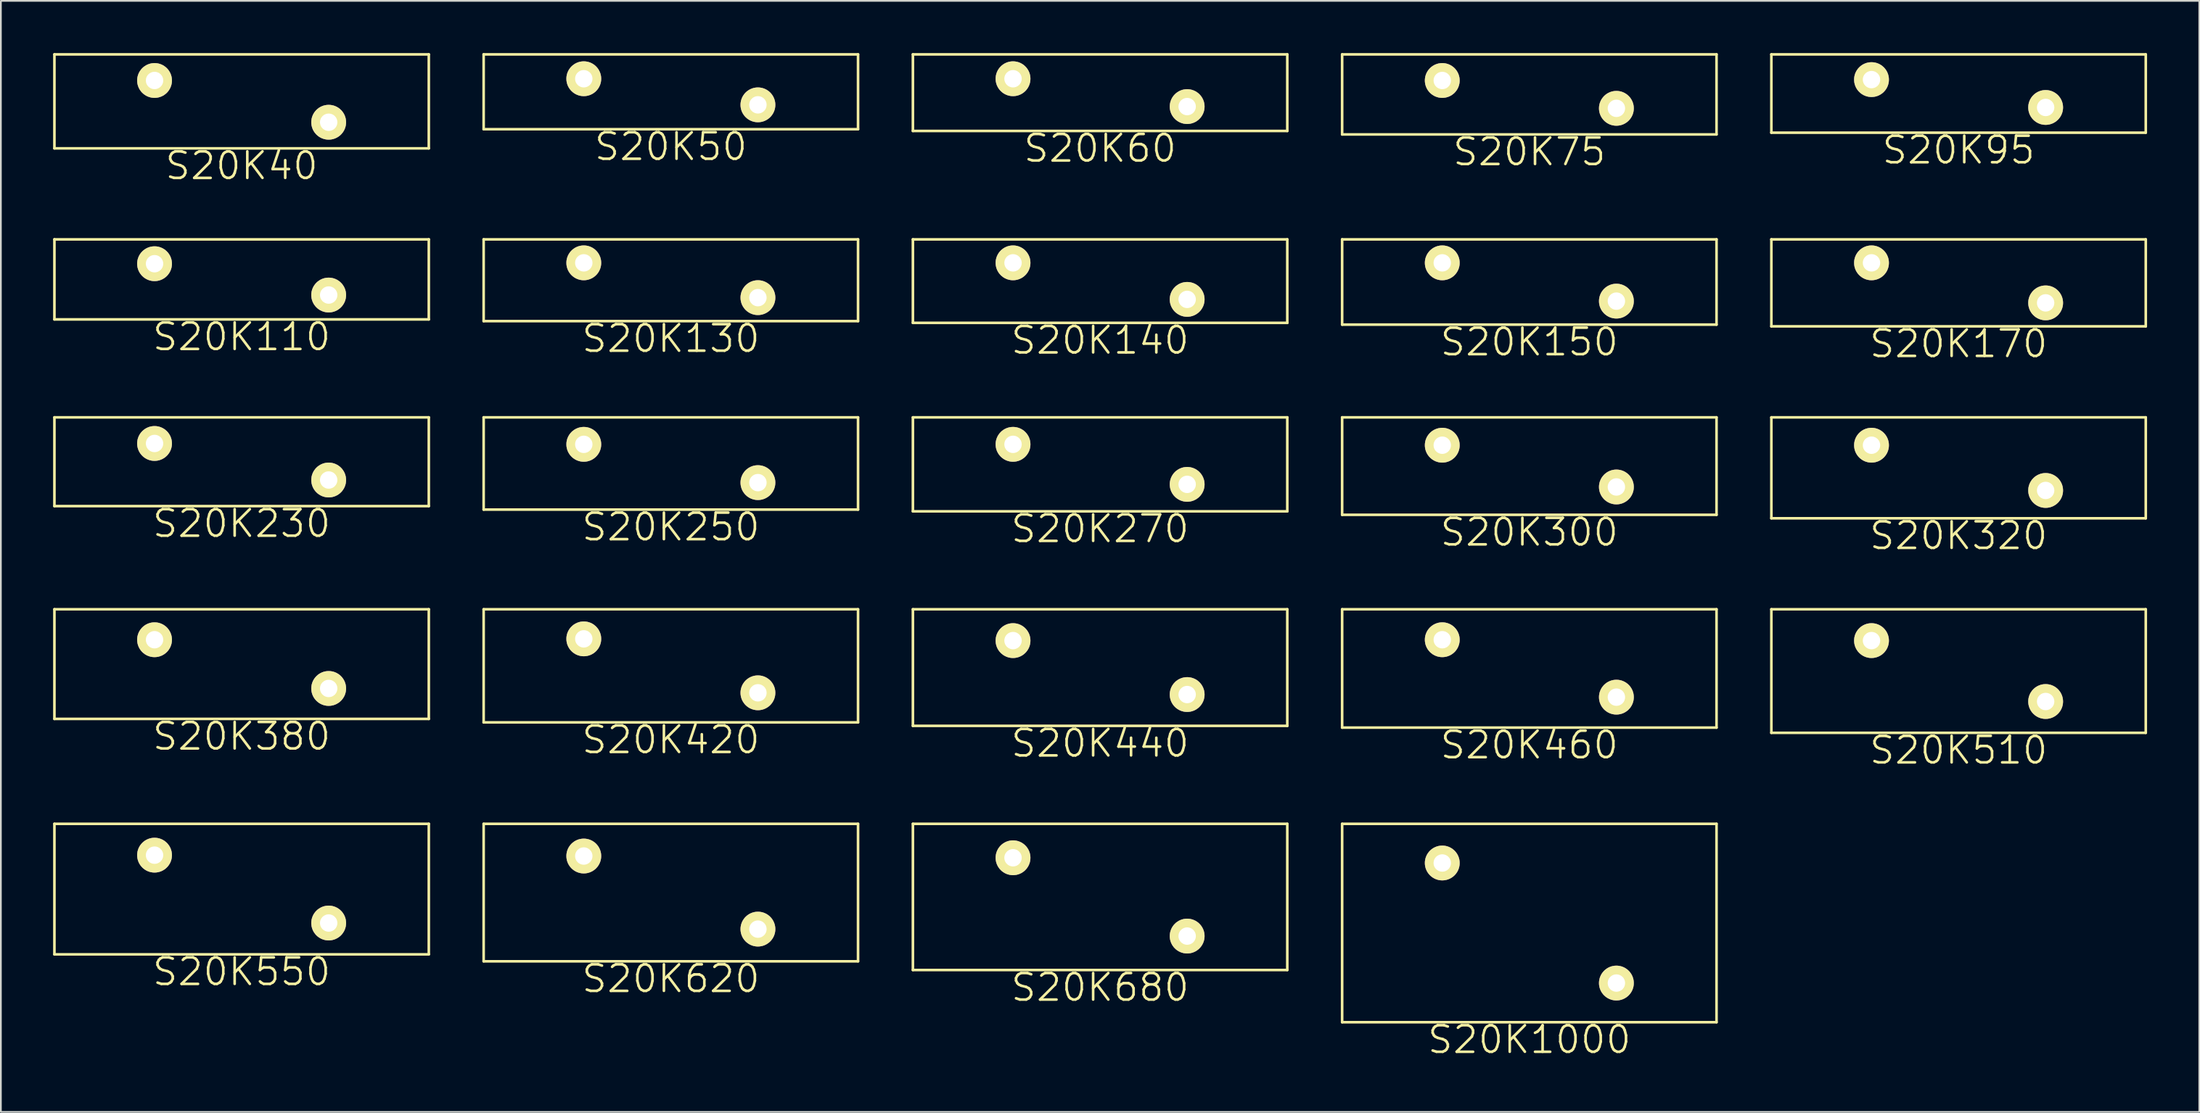
<source format=kicad_pcb>
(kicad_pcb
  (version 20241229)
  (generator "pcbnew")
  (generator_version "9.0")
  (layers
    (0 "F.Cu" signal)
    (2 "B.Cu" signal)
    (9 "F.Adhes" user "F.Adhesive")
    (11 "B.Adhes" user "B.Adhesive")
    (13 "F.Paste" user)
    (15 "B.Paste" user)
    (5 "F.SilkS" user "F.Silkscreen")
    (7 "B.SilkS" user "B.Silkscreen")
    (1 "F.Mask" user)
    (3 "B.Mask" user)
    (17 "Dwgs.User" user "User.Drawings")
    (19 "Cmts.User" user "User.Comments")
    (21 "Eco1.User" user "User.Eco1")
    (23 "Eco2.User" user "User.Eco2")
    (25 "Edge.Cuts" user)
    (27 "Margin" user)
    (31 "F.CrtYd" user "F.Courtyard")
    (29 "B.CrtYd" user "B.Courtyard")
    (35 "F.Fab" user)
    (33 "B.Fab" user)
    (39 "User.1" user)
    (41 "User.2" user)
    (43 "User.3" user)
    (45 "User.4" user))
  (footprint "S20K75"
    (layer "F.Cu")
    (at 79.775 1.575)
    (property "Reference" "S20K75" (at 5 4.1 0) (layer "F.SilkS") (effects (font (size 1.524 1.524) (thickness 0.15))))
    (attr through_hole)
    (fp_line (start -5.75 -1.5) (end -5.75 3.1) (stroke (width 0.15) (type solid)) (layer "F.SilkS"))
    (fp_line (start -5.75 -1.5) (end 15.75 -1.5) (stroke (width 0.15) (type solid)) (layer "F.SilkS"))
    (fp_line (start -5.75 3.1) (end 15.75 3.1) (stroke (width 0.15) (type solid)) (layer "F.SilkS"))
    (fp_line (start 15.75 -1.5) (end 15.75 3.1) (stroke (width 0.15) (type solid)) (layer "F.SilkS"))
    (pad "1" thru_hole circle (at 0 0) (size 2 2) (drill 1) (layers "*.Cu" "*.Mask" "F.SilkS"))
    (pad "2" thru_hole circle (at 10 1.6) (size 2 2) (drill 1) (layers "*.Cu" "*.Mask" "F.SilkS")))
  (footprint "S20K110"
    (layer "F.Cu")
    (at 5.825 12.105)
    (property "Reference" "S20K110" (at 5 4.2 0) (layer "F.SilkS") (effects (font (size 1.524 1.524) (thickness 0.15))))
    (attr through_hole)
    (fp_line (start -5.75 -1.4) (end -5.75 3.2) (stroke (width 0.15) (type solid)) (layer "F.SilkS"))
    (fp_line (start -5.75 -1.4) (end 15.75 -1.4) (stroke (width 0.15) (type solid)) (layer "F.SilkS"))
    (fp_line (start -5.75 3.2) (end 15.75 3.2) (stroke (width 0.15) (type solid)) (layer "F.SilkS"))
    (fp_line (start 15.75 -1.4) (end 15.75 3.2) (stroke (width 0.15) (type solid)) (layer "F.SilkS"))
    (pad "1" thru_hole circle (at 0 0) (size 2 2) (drill 1) (layers "*.Cu" "*.Mask" "F.SilkS"))
    (pad "2" thru_hole circle (at 10 1.8) (size 2 2) (drill 1) (layers "*.Cu" "*.Mask" "F.SilkS")))
  (footprint "S20K620"
    (layer "F.Cu")
    (at 30.475 46.144)
    (property "Reference" "S20K620" (at 5 7.05 0) (layer "F.SilkS") (effects (font (size 1.524 1.524) (thickness 0.15))))
    (attr through_hole)
    (fp_line (start -5.75 -1.85) (end -5.75 6.05) (stroke (width 0.15) (type solid)) (layer "F.SilkS"))
    (fp_line (start -5.75 -1.85) (end 15.75 -1.85) (stroke (width 0.15) (type solid)) (layer "F.SilkS"))
    (fp_line (start -5.75 6.05) (end 15.75 6.05) (stroke (width 0.15) (type solid)) (layer "F.SilkS"))
    (fp_line (start 15.75 -1.85) (end 15.75 6.05) (stroke (width 0.15) (type solid)) (layer "F.SilkS"))
    (pad "1" thru_hole circle (at 0 0) (size 2 2) (drill 1) (layers "*.Cu" "*.Mask" "F.SilkS"))
    (pad "2" thru_hole circle (at 10 4.2) (size 2 2) (drill 1) (layers "*.Cu" "*.Mask" "F.SilkS")))
  (footprint "S20K460"
    (layer "F.Cu")
    (at 79.775 33.714)
    (property "Reference" "S20K460" (at 5 6.05 0) (layer "F.SilkS") (effects (font (size 1.524 1.524) (thickness 0.15))))
    (attr through_hole)
    (fp_line (start -5.75 -1.75) (end -5.75 5.05) (stroke (width 0.15) (type solid)) (layer "F.SilkS"))
    (fp_line (start -5.75 -1.75) (end 15.75 -1.75) (stroke (width 0.15) (type solid)) (layer "F.SilkS"))
    (fp_line (start -5.75 5.05) (end 15.75 5.05) (stroke (width 0.15) (type solid)) (layer "F.SilkS"))
    (fp_line (start 15.75 -1.75) (end 15.75 5.05) (stroke (width 0.15) (type solid)) (layer "F.SilkS"))
    (pad "1" thru_hole circle (at 0 0) (size 2 2) (drill 1) (layers "*.Cu" "*.Mask" "F.SilkS"))
    (pad "2" thru_hole circle (at 10 3.3) (size 2 2) (drill 1) (layers "*.Cu" "*.Mask" "F.SilkS")))
  (footprint "S20K40"
    (layer "F.Cu")
    (at 5.825 1.575)
    (property "Reference" "S20K40" (at 5 4.9 0) (layer "F.SilkS") (effects (font (size 1.524 1.524) (thickness 0.15))))
    (attr through_hole)
    (fp_line (start -5.75 -1.5) (end -5.75 3.9) (stroke (width 0.15) (type solid)) (layer "F.SilkS"))
    (fp_line (start -5.75 -1.5) (end 15.75 -1.5) (stroke (width 0.15) (type solid)) (layer "F.SilkS"))
    (fp_line (start -5.75 3.9) (end 15.75 3.9) (stroke (width 0.15) (type solid)) (layer "F.SilkS"))
    (fp_line (start 15.75 -1.5) (end 15.75 3.9) (stroke (width 0.15) (type solid)) (layer "F.SilkS"))
    (pad "1" thru_hole circle (at 0 0) (size 2 2) (drill 1) (layers "*.Cu" "*.Mask" "F.SilkS"))
    (pad "2" thru_hole circle (at 10 2.4) (size 2 2) (drill 1) (layers "*.Cu" "*.Mask" "F.SilkS")))
  (footprint "S20K230"
    (layer "F.Cu")
    (at 5.825 22.435)
    (property "Reference" "S20K230" (at 5 4.6 0) (layer "F.SilkS") (effects (font (size 1.524 1.524) (thickness 0.15))))
    (attr through_hole)
    (fp_line (start -5.75 -1.5) (end -5.75 3.6) (stroke (width 0.15) (type solid)) (layer "F.SilkS"))
    (fp_line (start -5.75 -1.5) (end 15.75 -1.5) (stroke (width 0.15) (type solid)) (layer "F.SilkS"))
    (fp_line (start -5.75 3.6) (end 15.75 3.6) (stroke (width 0.15) (type solid)) (layer "F.SilkS"))
    (fp_line (start 15.75 -1.5) (end 15.75 3.6) (stroke (width 0.15) (type solid)) (layer "F.SilkS"))
    (pad "1" thru_hole circle (at 0 0) (size 2 2) (drill 1) (layers "*.Cu" "*.Mask" "F.SilkS"))
    (pad "2" thru_hole circle (at 10 2.1) (size 2 2) (drill 1) (layers "*.Cu" "*.Mask" "F.SilkS")))
  (footprint "S20K50"
    (layer "F.Cu")
    (at 30.475 1.475)
    (property "Reference" "S20K50" (at 5 3.9 0) (layer "F.SilkS") (effects (font (size 1.524 1.524) (thickness 0.15))))
    (attr through_hole)
    (fp_line (start -5.75 -1.4) (end -5.75 2.9) (stroke (width 0.15) (type solid)) (layer "F.SilkS"))
    (fp_line (start -5.75 -1.4) (end 15.75 -1.4) (stroke (width 0.15) (type solid)) (layer "F.SilkS"))
    (fp_line (start -5.75 2.9) (end 15.75 2.9) (stroke (width 0.15) (type solid)) (layer "F.SilkS"))
    (fp_line (start 15.75 -1.4) (end 15.75 2.9) (stroke (width 0.15) (type solid)) (layer "F.SilkS"))
    (pad "1" thru_hole circle (at 0 0) (size 2 2) (drill 1) (layers "*.Cu" "*.Mask" "F.SilkS"))
    (pad "2" thru_hole circle (at 10 1.5) (size 2 2) (drill 1) (layers "*.Cu" "*.Mask" "F.SilkS")))
  (footprint "S20K420"
    (layer "F.Cu")
    (at 30.475 33.664)
    (property "Reference" "S20K420" (at 5 5.8 0) (layer "F.SilkS") (effects (font (size 1.524 1.524) (thickness 0.15))))
    (attr through_hole)
    (fp_line (start -5.75 -1.7) (end -5.75 4.8) (stroke (width 0.15) (type solid)) (layer "F.SilkS"))
    (fp_line (start -5.75 -1.7) (end 15.75 -1.7) (stroke (width 0.15) (type solid)) (layer "F.SilkS"))
    (fp_line (start -5.75 4.8) (end 15.75 4.8) (stroke (width 0.15) (type solid)) (layer "F.SilkS"))
    (fp_line (start 15.75 -1.7) (end 15.75 4.8) (stroke (width 0.15) (type solid)) (layer "F.SilkS"))
    (pad "1" thru_hole circle (at 0 0) (size 2 2) (drill 1) (layers "*.Cu" "*.Mask" "F.SilkS"))
    (pad "2" thru_hole circle (at 10 3.1) (size 2 2) (drill 1) (layers "*.Cu" "*.Mask" "F.SilkS")))
  (footprint "S20K300"
    (layer "F.Cu")
    (at 79.775 22.535)
    (property "Reference" "S20K300" (at 5 5 0) (layer "F.SilkS") (effects (font (size 1.524 1.524) (thickness 0.15))))
    (attr through_hole)
    (fp_line (start -5.75 -1.6) (end -5.75 4) (stroke (width 0.15) (type solid)) (layer "F.SilkS"))
    (fp_line (start -5.75 -1.6) (end 15.75 -1.6) (stroke (width 0.15) (type solid)) (layer "F.SilkS"))
    (fp_line (start -5.75 4) (end 15.75 4) (stroke (width 0.15) (type solid)) (layer "F.SilkS"))
    (fp_line (start 15.75 -1.6) (end 15.75 4) (stroke (width 0.15) (type solid)) (layer "F.SilkS"))
    (pad "1" thru_hole circle (at 0 0) (size 2 2) (drill 1) (layers "*.Cu" "*.Mask" "F.SilkS"))
    (pad "2" thru_hole circle (at 10 2.4) (size 2 2) (drill 1) (layers "*.Cu" "*.Mask" "F.SilkS")))
  (footprint "S20K150"
    (layer "F.Cu")
    (at 79.775 12.055)
    (property "Reference" "S20K150" (at 5 4.55 0) (layer "F.SilkS") (effects (font (size 1.524 1.524) (thickness 0.15))))
    (attr through_hole)
    (fp_line (start -5.75 -1.35) (end -5.75 3.55) (stroke (width 0.15) (type solid)) (layer "F.SilkS"))
    (fp_line (start -5.75 -1.35) (end 15.75 -1.35) (stroke (width 0.15) (type solid)) (layer "F.SilkS"))
    (fp_line (start -5.75 3.55) (end 15.75 3.55) (stroke (width 0.15) (type solid)) (layer "F.SilkS"))
    (fp_line (start 15.75 -1.35) (end 15.75 3.55) (stroke (width 0.15) (type solid)) (layer "F.SilkS"))
    (pad "1" thru_hole circle (at 0 0) (size 2 2) (drill 1) (layers "*.Cu" "*.Mask" "F.SilkS"))
    (pad "2" thru_hole circle (at 10 2.2) (size 2 2) (drill 1) (layers "*.Cu" "*.Mask" "F.SilkS")))
  (footprint "S20K140"
    (layer "F.Cu")
    (at 55.125 12.055)
    (property "Reference" "S20K140" (at 5 4.45 0) (layer "F.SilkS") (effects (font (size 1.524 1.524) (thickness 0.15))))
    (attr through_hole)
    (fp_line (start -5.75 -1.35) (end -5.75 3.45) (stroke (width 0.15) (type solid)) (layer "F.SilkS"))
    (fp_line (start -5.75 -1.35) (end 15.75 -1.35) (stroke (width 0.15) (type solid)) (layer "F.SilkS"))
    (fp_line (start -5.75 3.45) (end 15.75 3.45) (stroke (width 0.15) (type solid)) (layer "F.SilkS"))
    (fp_line (start 15.75 -1.35) (end 15.75 3.45) (stroke (width 0.15) (type solid)) (layer "F.SilkS"))
    (pad "1" thru_hole circle (at 0 0) (size 2 2) (drill 1) (layers "*.Cu" "*.Mask" "F.SilkS"))
    (pad "2" thru_hole circle (at 10 2.1) (size 2 2) (drill 1) (layers "*.Cu" "*.Mask" "F.SilkS")))
  (footprint "S20K320"
    (layer "F.Cu")
    (at 104.425 22.535)
    (property "Reference" "S20K320" (at 5 5.2 0) (layer "F.SilkS") (effects (font (size 1.524 1.524) (thickness 0.15))))
    (attr through_hole)
    (fp_line (start -5.75 -1.6) (end -5.75 4.2) (stroke (width 0.15) (type solid)) (layer "F.SilkS"))
    (fp_line (start -5.75 -1.6) (end 15.75 -1.6) (stroke (width 0.15) (type solid)) (layer "F.SilkS"))
    (fp_line (start -5.75 4.2) (end 15.75 4.2) (stroke (width 0.15) (type solid)) (layer "F.SilkS"))
    (fp_line (start 15.75 -1.6) (end 15.75 4.2) (stroke (width 0.15) (type solid)) (layer "F.SilkS"))
    (pad "1" thru_hole circle (at 0 0) (size 2 2) (drill 1) (layers "*.Cu" "*.Mask" "F.SilkS"))
    (pad "2" thru_hole circle (at 10 2.6) (size 2 2) (drill 1) (layers "*.Cu" "*.Mask" "F.SilkS")))
  (footprint "S20K550"
    (layer "F.Cu")
    (at 5.825 46.094)
    (property "Reference" "S20K550" (at 5 6.7 0) (layer "F.SilkS") (effects (font (size 1.524 1.524) (thickness 0.15))))
    (attr through_hole)
    (fp_line (start -5.75 -1.8) (end -5.75 5.7) (stroke (width 0.15) (type solid)) (layer "F.SilkS"))
    (fp_line (start -5.75 -1.8) (end 15.75 -1.8) (stroke (width 0.15) (type solid)) (layer "F.SilkS"))
    (fp_line (start -5.75 5.7) (end 15.75 5.7) (stroke (width 0.15) (type solid)) (layer "F.SilkS"))
    (fp_line (start 15.75 -1.8) (end 15.75 5.7) (stroke (width 0.15) (type solid)) (layer "F.SilkS"))
    (pad "1" thru_hole circle (at 0 0) (size 2 2) (drill 1) (layers "*.Cu" "*.Mask" "F.SilkS"))
    (pad "2" thru_hole circle (at 10 3.9) (size 2 2) (drill 1) (layers "*.Cu" "*.Mask" "F.SilkS")))
  (footprint "S20K680"
    (layer "F.Cu")
    (at 55.125 46.244)
    (property "Reference" "S20K680" (at 5 7.45 0) (layer "F.SilkS") (effects (font (size 1.524 1.524) (thickness 0.15))))
    (attr through_hole)
    (fp_line (start -5.75 -1.95) (end -5.75 6.45) (stroke (width 0.15) (type solid)) (layer "F.SilkS"))
    (fp_line (start -5.75 -1.95) (end 15.75 -1.95) (stroke (width 0.15) (type solid)) (layer "F.SilkS"))
    (fp_line (start -5.75 6.45) (end 15.75 6.45) (stroke (width 0.15) (type solid)) (layer "F.SilkS"))
    (fp_line (start 15.75 -1.95) (end 15.75 6.45) (stroke (width 0.15) (type solid)) (layer "F.SilkS"))
    (pad "1" thru_hole circle (at 0 0) (size 2 2) (drill 1) (layers "*.Cu" "*.Mask" "F.SilkS"))
    (pad "2" thru_hole circle (at 10 4.5) (size 2 2) (drill 1) (layers "*.Cu" "*.Mask" "F.SilkS")))
  (footprint "S20K270"
    (layer "F.Cu")
    (at 55.125 22.485)
    (property "Reference" "S20K270" (at 5 4.85 0) (layer "F.SilkS") (effects (font (size 1.524 1.524) (thickness 0.15))))
    (attr through_hole)
    (fp_line (start -5.75 -1.55) (end -5.75 3.85) (stroke (width 0.15) (type solid)) (layer "F.SilkS"))
    (fp_line (start -5.75 -1.55) (end 15.75 -1.55) (stroke (width 0.15) (type solid)) (layer "F.SilkS"))
    (fp_line (start -5.75 3.85) (end 15.75 3.85) (stroke (width 0.15) (type solid)) (layer "F.SilkS"))
    (fp_line (start 15.75 -1.55) (end 15.75 3.85) (stroke (width 0.15) (type solid)) (layer "F.SilkS"))
    (pad "1" thru_hole circle (at 0 0) (size 2 2) (drill 1) (layers "*.Cu" "*.Mask" "F.SilkS"))
    (pad "2" thru_hole circle (at 10 2.3) (size 2 2) (drill 1) (layers "*.Cu" "*.Mask" "F.SilkS")))
  (footprint "S20K1000"
    (layer "F.Cu")
    (at 79.775 46.544)
    (property "Reference" "S20K1000" (at 5 10.15 0) (layer "F.SilkS") (effects (font (size 1.524 1.524) (thickness 0.15))))
    (attr through_hole)
    (fp_line (start -5.75 -2.25) (end -5.75 9.15) (stroke (width 0.15) (type solid)) (layer "F.SilkS"))
    (fp_line (start -5.75 -2.25) (end 15.75 -2.25) (stroke (width 0.15) (type solid)) (layer "F.SilkS"))
    (fp_line (start -5.75 9.15) (end 15.75 9.15) (stroke (width 0.15) (type solid)) (layer "F.SilkS"))
    (fp_line (start 15.75 -2.25) (end 15.75 9.15) (stroke (width 0.15) (type solid)) (layer "F.SilkS"))
    (pad "1" thru_hole circle (at 0 0) (size 2 2) (drill 1) (layers "*.Cu" "*.Mask" "F.SilkS"))
    (pad "2" thru_hole circle (at 10 6.9) (size 2 2) (drill 1) (layers "*.Cu" "*.Mask" "F.SilkS")))
  (footprint "S20K170"
    (layer "F.Cu")
    (at 104.425 12.055)
    (property "Reference" "S20K170" (at 5 4.65 0) (layer "F.SilkS") (effects (font (size 1.524 1.524) (thickness 0.15))))
    (attr through_hole)
    (fp_line (start -5.75 -1.35) (end -5.75 3.65) (stroke (width 0.15) (type solid)) (layer "F.SilkS"))
    (fp_line (start -5.75 -1.35) (end 15.75 -1.35) (stroke (width 0.15) (type solid)) (layer "F.SilkS"))
    (fp_line (start -5.75 3.65) (end 15.75 3.65) (stroke (width 0.15) (type solid)) (layer "F.SilkS"))
    (fp_line (start 15.75 -1.35) (end 15.75 3.65) (stroke (width 0.15) (type solid)) (layer "F.SilkS"))
    (pad "1" thru_hole circle (at 0 0) (size 2 2) (drill 1) (layers "*.Cu" "*.Mask" "F.SilkS"))
    (pad "2" thru_hole circle (at 10 2.3) (size 2 2) (drill 1) (layers "*.Cu" "*.Mask" "F.SilkS")))
  (footprint "S20K95"
    (layer "F.Cu")
    (at 104.425 1.525)
    (property "Reference" "S20K95" (at 5 4.05 0) (layer "F.SilkS") (effects (font (size 1.524 1.524) (thickness 0.15))))
    (attr through_hole)
    (fp_line (start -5.75 -1.45) (end -5.75 3.05) (stroke (width 0.15) (type solid)) (layer "F.SilkS"))
    (fp_line (start -5.75 -1.45) (end 15.75 -1.45) (stroke (width 0.15) (type solid)) (layer "F.SilkS"))
    (fp_line (start -5.75 3.05) (end 15.75 3.05) (stroke (width 0.15) (type solid)) (layer "F.SilkS"))
    (fp_line (start 15.75 -1.45) (end 15.75 3.05) (stroke (width 0.15) (type solid)) (layer "F.SilkS"))
    (pad "1" thru_hole circle (at 0 0) (size 2 2) (drill 1) (layers "*.Cu" "*.Mask" "F.SilkS"))
    (pad "2" thru_hole circle (at 10 1.6) (size 2 2) (drill 1) (layers "*.Cu" "*.Mask" "F.SilkS")))
  (footprint "S20K130"
    (layer "F.Cu")
    (at 30.475 12.055)
    (property "Reference" "S20K130" (at 5 4.35 0) (layer "F.SilkS") (effects (font (size 1.524 1.524) (thickness 0.15))))
    (attr through_hole)
    (fp_line (start -5.75 -1.35) (end -5.75 3.35) (stroke (width 0.15) (type solid)) (layer "F.SilkS"))
    (fp_line (start -5.75 -1.35) (end 15.75 -1.35) (stroke (width 0.15) (type solid)) (layer "F.SilkS"))
    (fp_line (start -5.75 3.35) (end 15.75 3.35) (stroke (width 0.15) (type solid)) (layer "F.SilkS"))
    (fp_line (start 15.75 -1.35) (end 15.75 3.35) (stroke (width 0.15) (type solid)) (layer "F.SilkS"))
    (pad "1" thru_hole circle (at 0 0) (size 2 2) (drill 1) (layers "*.Cu" "*.Mask" "F.SilkS"))
    (pad "2" thru_hole circle (at 10 2) (size 2 2) (drill 1) (layers "*.Cu" "*.Mask" "F.SilkS")))
  (footprint "S20K510"
    (layer "F.Cu")
    (at 104.425 33.764)
    (property "Reference" "S20K510" (at 5 6.3 0) (layer "F.SilkS") (effects (font (size 1.524 1.524) (thickness 0.15))))
    (attr through_hole)
    (fp_line (start -5.75 -1.8) (end -5.75 5.3) (stroke (width 0.15) (type solid)) (layer "F.SilkS"))
    (fp_line (start -5.75 -1.8) (end 15.75 -1.8) (stroke (width 0.15) (type solid)) (layer "F.SilkS"))
    (fp_line (start -5.75 5.3) (end 15.75 5.3) (stroke (width 0.15) (type solid)) (layer "F.SilkS"))
    (fp_line (start 15.75 -1.8) (end 15.75 5.3) (stroke (width 0.15) (type solid)) (layer "F.SilkS"))
    (pad "1" thru_hole circle (at 0 0) (size 2 2) (drill 1) (layers "*.Cu" "*.Mask" "F.SilkS"))
    (pad "2" thru_hole circle (at 10 3.5) (size 2 2) (drill 1) (layers "*.Cu" "*.Mask" "F.SilkS")))
  (footprint "S20K250"
    (layer "F.Cu")
    (at 30.475 22.485)
    (property "Reference" "S20K250" (at 5 4.75 0) (layer "F.SilkS") (effects (font (size 1.524 1.524) (thickness 0.15))))
    (attr through_hole)
    (fp_line (start -5.75 -1.55) (end -5.75 3.75) (stroke (width 0.15) (type solid)) (layer "F.SilkS"))
    (fp_line (start -5.75 -1.55) (end 15.75 -1.55) (stroke (width 0.15) (type solid)) (layer "F.SilkS"))
    (fp_line (start -5.75 3.75) (end 15.75 3.75) (stroke (width 0.15) (type solid)) (layer "F.SilkS"))
    (fp_line (start 15.75 -1.55) (end 15.75 3.75) (stroke (width 0.15) (type solid)) (layer "F.SilkS"))
    (pad "1" thru_hole circle (at 0 0) (size 2 2) (drill 1) (layers "*.Cu" "*.Mask" "F.SilkS"))
    (pad "2" thru_hole circle (at 10 2.2) (size 2 2) (drill 1) (layers "*.Cu" "*.Mask" "F.SilkS")))
  (footprint "S20K440"
    (layer "F.Cu")
    (at 55.125 33.764)
    (property "Reference" "S20K440" (at 5 5.9 0) (layer "F.SilkS") (effects (font (size 1.524 1.524) (thickness 0.15))))
    (attr through_hole)
    (fp_line (start -5.75 -1.8) (end -5.75 4.9) (stroke (width 0.15) (type solid)) (layer "F.SilkS"))
    (fp_line (start -5.75 -1.8) (end 15.75 -1.8) (stroke (width 0.15) (type solid)) (layer "F.SilkS"))
    (fp_line (start -5.75 4.9) (end 15.75 4.9) (stroke (width 0.15) (type solid)) (layer "F.SilkS"))
    (fp_line (start 15.75 -1.8) (end 15.75 4.9) (stroke (width 0.15) (type solid)) (layer "F.SilkS"))
    (pad "1" thru_hole circle (at 0 0) (size 2 2) (drill 1) (layers "*.Cu" "*.Mask" "F.SilkS"))
    (pad "2" thru_hole circle (at 10 3.1) (size 2 2) (drill 1) (layers "*.Cu" "*.Mask" "F.SilkS")))
  (footprint "S20K380"
    (layer "F.Cu")
    (at 5.825 33.714)
    (property "Reference" "S20K380" (at 5 5.55 0) (layer "F.SilkS") (effects (font (size 1.524 1.524) (thickness 0.15))))
    (attr through_hole)
    (fp_line (start -5.75 -1.75) (end -5.75 4.55) (stroke (width 0.15) (type solid)) (layer "F.SilkS"))
    (fp_line (start -5.75 -1.75) (end 15.75 -1.75) (stroke (width 0.15) (type solid)) (layer "F.SilkS"))
    (fp_line (start -5.75 4.55) (end 15.75 4.55) (stroke (width 0.15) (type solid)) (layer "F.SilkS"))
    (fp_line (start 15.75 -1.75) (end 15.75 4.55) (stroke (width 0.15) (type solid)) (layer "F.SilkS"))
    (pad "1" thru_hole circle (at 0 0) (size 2 2) (drill 1) (layers "*.Cu" "*.Mask" "F.SilkS"))
    (pad "2" thru_hole circle (at 10 2.8) (size 2 2) (drill 1) (layers "*.Cu" "*.Mask" "F.SilkS")))
  (footprint "S20K60"
    (layer "F.Cu")
    (at 55.125 1.475)
    (property "Reference" "S20K60" (at 5 4 0) (layer "F.SilkS") (effects (font (size 1.524 1.524) (thickness 0.15))))
    (attr through_hole)
    (fp_line (start -5.75 -1.4) (end -5.75 3) (stroke (width 0.15) (type solid)) (layer "F.SilkS"))
    (fp_line (start -5.75 -1.4) (end 15.75 -1.4) (stroke (width 0.15) (type solid)) (layer "F.SilkS"))
    (fp_line (start -5.75 3) (end 15.75 3) (stroke (width 0.15) (type solid)) (layer "F.SilkS"))
    (fp_line (start 15.75 -1.4) (end 15.75 3) (stroke (width 0.15) (type solid)) (layer "F.SilkS"))
    (pad "1" thru_hole circle (at 0 0) (size 2 2) (drill 1) (layers "*.Cu" "*.Mask" "F.SilkS"))
    (pad "2" thru_hole circle (at 10 1.6) (size 2 2) (drill 1) (layers "*.Cu" "*.Mask" "F.SilkS")))
  (gr_rect
    (start -3 -3)
    (end 123.25 60.849)
    (stroke (width 0.1) (type default))
    (fill no)
    (layer "Edge.Cuts")))
</source>
